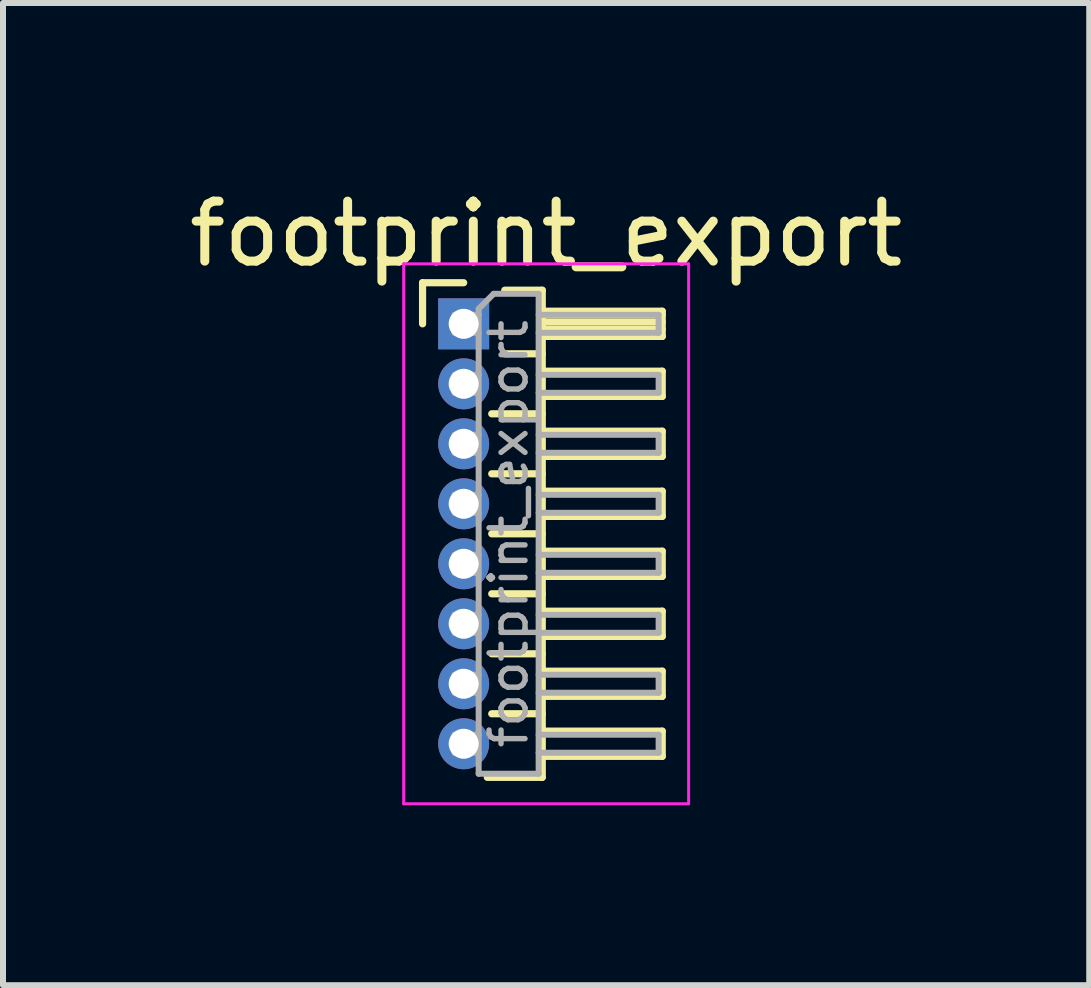
<source format=kicad_pcb>
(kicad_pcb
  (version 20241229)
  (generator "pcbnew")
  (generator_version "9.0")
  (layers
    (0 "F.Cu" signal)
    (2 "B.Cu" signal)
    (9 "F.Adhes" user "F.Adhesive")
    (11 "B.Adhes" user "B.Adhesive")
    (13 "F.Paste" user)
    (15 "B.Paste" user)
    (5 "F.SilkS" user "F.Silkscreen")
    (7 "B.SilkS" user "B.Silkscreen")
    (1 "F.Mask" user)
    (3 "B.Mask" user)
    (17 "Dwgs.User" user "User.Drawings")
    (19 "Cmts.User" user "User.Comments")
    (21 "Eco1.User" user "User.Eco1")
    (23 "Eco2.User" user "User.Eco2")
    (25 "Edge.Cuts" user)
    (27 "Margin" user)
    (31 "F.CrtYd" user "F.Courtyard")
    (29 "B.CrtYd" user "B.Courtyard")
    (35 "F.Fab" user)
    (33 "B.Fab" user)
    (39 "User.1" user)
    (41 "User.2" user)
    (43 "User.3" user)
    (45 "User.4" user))
  (footprint "footprint_export"
    (layer "F.Cu")
    (at 4.679 2.348)
    (property "Reference" "footprint_export" (at 1.375 -1.5 0) (layer "F.SilkS") (effects (font (size 1 1) (thickness 0.15))))
    (attr through_hole)
    (fp_line (start -0.685 -0.685) (end 0 -0.685) (stroke (width 0.12) (type solid)) (layer "F.SilkS"))
    (fp_line (start -0.685 0) (end -0.685 -0.685) (stroke (width 0.12) (type solid)) (layer "F.SilkS"))
    (fp_line (start 0.468 1.5) (end 1.31 1.5) (stroke (width 0.12) (type solid)) (layer "F.SilkS"))
    (fp_line (start 0.468 2.5) (end 1.31 2.5) (stroke (width 0.12) (type solid)) (layer "F.SilkS"))
    (fp_line (start 0.468 3.5) (end 1.31 3.5) (stroke (width 0.12) (type solid)) (layer "F.SilkS"))
    (fp_line (start 0.468 4.5) (end 1.31 4.5) (stroke (width 0.12) (type solid)) (layer "F.SilkS"))
    (fp_line (start 0.468 5.5) (end 1.31 5.5) (stroke (width 0.12) (type solid)) (layer "F.SilkS"))
    (fp_line (start 0.468 6.5) (end 1.31 6.5) (stroke (width 0.12) (type solid)) (layer "F.SilkS"))
    (fp_line (start 0.685 -0.56) (end 1.31 -0.56) (stroke (width 0.12) (type solid)) (layer "F.SilkS"))
    (fp_line (start 0.685 0.5) (end 1.31 0.5) (stroke (width 0.12) (type solid)) (layer "F.SilkS"))
    (fp_line (start 1.31 -0.56) (end 1.31 7.56) (stroke (width 0.12) (type solid)) (layer "F.SilkS"))
    (fp_line (start 1.31 -0.21) (end 3.31 -0.21) (stroke (width 0.12) (type solid)) (layer "F.SilkS"))
    (fp_line (start 1.31 -0.15) (end 3.31 -0.15) (stroke (width 0.12) (type solid)) (layer "F.SilkS"))
    (fp_line (start 1.31 -0.03) (end 3.31 -0.03) (stroke (width 0.12) (type solid)) (layer "F.SilkS"))
    (fp_line (start 1.31 0.09) (end 3.31 0.09) (stroke (width 0.12) (type solid)) (layer "F.SilkS"))
    (fp_line (start 1.31 0.79) (end 3.31 0.79) (stroke (width 0.12) (type solid)) (layer "F.SilkS"))
    (fp_line (start 1.31 1.79) (end 3.31 1.79) (stroke (width 0.12) (type solid)) (layer "F.SilkS"))
    (fp_line (start 1.31 2.79) (end 3.31 2.79) (stroke (width 0.12) (type solid)) (layer "F.SilkS"))
    (fp_line (start 1.31 3.79) (end 3.31 3.79) (stroke (width 0.12) (type solid)) (layer "F.SilkS"))
    (fp_line (start 1.31 4.79) (end 3.31 4.79) (stroke (width 0.12) (type solid)) (layer "F.SilkS"))
    (fp_line (start 1.31 5.79) (end 3.31 5.79) (stroke (width 0.12) (type solid)) (layer "F.SilkS"))
    (fp_line (start 1.31 6.79) (end 3.31 6.79) (stroke (width 0.12) (type solid)) (layer "F.SilkS"))
    (fp_line (start 1.31 7.56) (end 0.394 7.56) (stroke (width 0.12) (type solid)) (layer "F.SilkS"))
    (fp_line (start 3.31 -0.21) (end 3.31 0.21) (stroke (width 0.12) (type solid)) (layer "F.SilkS"))
    (fp_line (start 3.31 0.21) (end 1.31 0.21) (stroke (width 0.12) (type solid)) (layer "F.SilkS"))
    (fp_line (start 3.31 0.79) (end 3.31 1.21) (stroke (width 0.12) (type solid)) (layer "F.SilkS"))
    (fp_line (start 3.31 1.21) (end 1.31 1.21) (stroke (width 0.12) (type solid)) (layer "F.SilkS"))
    (fp_line (start 3.31 1.79) (end 3.31 2.21) (stroke (width 0.12) (type solid)) (layer "F.SilkS"))
    (fp_line (start 3.31 2.21) (end 1.31 2.21) (stroke (width 0.12) (type solid)) (layer "F.SilkS"))
    (fp_line (start 3.31 2.79) (end 3.31 3.21) (stroke (width 0.12) (type solid)) (layer "F.SilkS"))
    (fp_line (start 3.31 3.21) (end 1.31 3.21) (stroke (width 0.12) (type solid)) (layer "F.SilkS"))
    (fp_line (start 3.31 3.79) (end 3.31 4.21) (stroke (width 0.12) (type solid)) (layer "F.SilkS"))
    (fp_line (start 3.31 4.21) (end 1.31 4.21) (stroke (width 0.12) (type solid)) (layer "F.SilkS"))
    (fp_line (start 3.31 4.79) (end 3.31 5.21) (stroke (width 0.12) (type solid)) (layer "F.SilkS"))
    (fp_line (start 3.31 5.21) (end 1.31 5.21) (stroke (width 0.12) (type solid)) (layer "F.SilkS"))
    (fp_line (start 3.31 5.79) (end 3.31 6.21) (stroke (width 0.12) (type solid)) (layer "F.SilkS"))
    (fp_line (start 3.31 6.21) (end 1.31 6.21) (stroke (width 0.12) (type solid)) (layer "F.SilkS"))
    (fp_line (start 3.31 6.79) (end 3.31 7.21) (stroke (width 0.12) (type solid)) (layer "F.SilkS"))
    (fp_line (start 3.31 7.21) (end 1.31 7.21) (stroke (width 0.12) (type solid)) (layer "F.SilkS"))
    (fp_line (start -1 -1) (end -1 8) (stroke (width 0.05) (type solid)) (layer "F.CrtYd"))
    (fp_line (start -1 8) (end 3.75 8) (stroke (width 0.05) (type solid)) (layer "F.CrtYd"))
    (fp_line (start 3.75 -1) (end -1 -1) (stroke (width 0.05) (type solid)) (layer "F.CrtYd"))
    (fp_line (start 3.75 8) (end 3.75 -1) (stroke (width 0.05) (type solid)) (layer "F.CrtYd"))
    (fp_line (start -0.15 -0.15) (end -0.15 0.15) (stroke (width 0.1) (type solid)) (layer "F.Fab"))
    (fp_line (start -0.15 -0.15) (end 0.25 -0.15) (stroke (width 0.1) (type solid)) (layer "F.Fab"))
    (fp_line (start -0.15 0.15) (end 0.25 0.15) (stroke (width 0.1) (type solid)) (layer "F.Fab"))
    (fp_line (start -0.15 0.85) (end -0.15 1.15) (stroke (width 0.1) (type solid)) (layer "F.Fab"))
    (fp_line (start -0.15 0.85) (end 0.25 0.85) (stroke (width 0.1) (type solid)) (layer "F.Fab"))
    (fp_line (start -0.15 1.15) (end 0.25 1.15) (stroke (width 0.1) (type solid)) (layer "F.Fab"))
    (fp_line (start -0.15 1.85) (end -0.15 2.15) (stroke (width 0.1) (type solid)) (layer "F.Fab"))
    (fp_line (start -0.15 1.85) (end 0.25 1.85) (stroke (width 0.1) (type solid)) (layer "F.Fab"))
    (fp_line (start -0.15 2.15) (end 0.25 2.15) (stroke (width 0.1) (type solid)) (layer "F.Fab"))
    (fp_line (start -0.15 2.85) (end -0.15 3.15) (stroke (width 0.1) (type solid)) (layer "F.Fab"))
    (fp_line (start -0.15 2.85) (end 0.25 2.85) (stroke (width 0.1) (type solid)) (layer "F.Fab"))
    (fp_line (start -0.15 3.15) (end 0.25 3.15) (stroke (width 0.1) (type solid)) (layer "F.Fab"))
    (fp_line (start -0.15 3.85) (end -0.15 4.15) (stroke (width 0.1) (type solid)) (layer "F.Fab"))
    (fp_line (start -0.15 3.85) (end 0.25 3.85) (stroke (width 0.1) (type solid)) (layer "F.Fab"))
    (fp_line (start -0.15 4.15) (end 0.25 4.15) (stroke (width 0.1) (type solid)) (layer "F.Fab"))
    (fp_line (start -0.15 4.85) (end -0.15 5.15) (stroke (width 0.1) (type solid)) (layer "F.Fab"))
    (fp_line (start -0.15 4.85) (end 0.25 4.85) (stroke (width 0.1) (type solid)) (layer "F.Fab"))
    (fp_line (start -0.15 5.15) (end 0.25 5.15) (stroke (width 0.1) (type solid)) (layer "F.Fab"))
    (fp_line (start -0.15 5.85) (end -0.15 6.15) (stroke (width 0.1) (type solid)) (layer "F.Fab"))
    (fp_line (start -0.15 5.85) (end 0.25 5.85) (stroke (width 0.1) (type solid)) (layer "F.Fab"))
    (fp_line (start -0.15 6.15) (end 0.25 6.15) (stroke (width 0.1) (type solid)) (layer "F.Fab"))
    (fp_line (start -0.15 6.85) (end -0.15 7.15) (stroke (width 0.1) (type solid)) (layer "F.Fab"))
    (fp_line (start -0.15 6.85) (end 0.25 6.85) (stroke (width 0.1) (type solid)) (layer "F.Fab"))
    (fp_line (start -0.15 7.15) (end 0.25 7.15) (stroke (width 0.1) (type solid)) (layer "F.Fab"))
    (fp_line (start 0.25 -0.25) (end 0.5 -0.5) (stroke (width 0.1) (type solid)) (layer "F.Fab"))
    (fp_line (start 0.25 7.5) (end 0.25 -0.25) (stroke (width 0.1) (type solid)) (layer "F.Fab"))
    (fp_line (start 0.5 -0.5) (end 1.25 -0.5) (stroke (width 0.1) (type solid)) (layer "F.Fab"))
    (fp_line (start 1.25 -0.5) (end 1.25 7.5) (stroke (width 0.1) (type solid)) (layer "F.Fab"))
    (fp_line (start 1.25 -0.15) (end 3.25 -0.15) (stroke (width 0.1) (type solid)) (layer "F.Fab"))
    (fp_line (start 1.25 0.15) (end 3.25 0.15) (stroke (width 0.1) (type solid)) (layer "F.Fab"))
    (fp_line (start 1.25 0.85) (end 3.25 0.85) (stroke (width 0.1) (type solid)) (layer "F.Fab"))
    (fp_line (start 1.25 1.15) (end 3.25 1.15) (stroke (width 0.1) (type solid)) (layer "F.Fab"))
    (fp_line (start 1.25 1.85) (end 3.25 1.85) (stroke (width 0.1) (type solid)) (layer "F.Fab"))
    (fp_line (start 1.25 2.15) (end 3.25 2.15) (stroke (width 0.1) (type solid)) (layer "F.Fab"))
    (fp_line (start 1.25 2.85) (end 3.25 2.85) (stroke (width 0.1) (type solid)) (layer "F.Fab"))
    (fp_line (start 1.25 3.15) (end 3.25 3.15) (stroke (width 0.1) (type solid)) (layer "F.Fab"))
    (fp_line (start 1.25 3.85) (end 3.25 3.85) (stroke (width 0.1) (type solid)) (layer "F.Fab"))
    (fp_line (start 1.25 4.15) (end 3.25 4.15) (stroke (width 0.1) (type solid)) (layer "F.Fab"))
    (fp_line (start 1.25 4.85) (end 3.25 4.85) (stroke (width 0.1) (type solid)) (layer "F.Fab"))
    (fp_line (start 1.25 5.15) (end 3.25 5.15) (stroke (width 0.1) (type solid)) (layer "F.Fab"))
    (fp_line (start 1.25 5.85) (end 3.25 5.85) (stroke (width 0.1) (type solid)) (layer "F.Fab"))
    (fp_line (start 1.25 6.15) (end 3.25 6.15) (stroke (width 0.1) (type solid)) (layer "F.Fab"))
    (fp_line (start 1.25 6.85) (end 3.25 6.85) (stroke (width 0.1) (type solid)) (layer "F.Fab"))
    (fp_line (start 1.25 7.15) (end 3.25 7.15) (stroke (width 0.1) (type solid)) (layer "F.Fab"))
    (fp_line (start 1.25 7.5) (end 0.25 7.5) (stroke (width 0.1) (type solid)) (layer "F.Fab"))
    (fp_line (start 3.25 -0.15) (end 3.25 0.15) (stroke (width 0.1) (type solid)) (layer "F.Fab"))
    (fp_line (start 3.25 0.85) (end 3.25 1.15) (stroke (width 0.1) (type solid)) (layer "F.Fab"))
    (fp_line (start 3.25 1.85) (end 3.25 2.15) (stroke (width 0.1) (type solid)) (layer "F.Fab"))
    (fp_line (start 3.25 2.85) (end 3.25 3.15) (stroke (width 0.1) (type solid)) (layer "F.Fab"))
    (fp_line (start 3.25 3.85) (end 3.25 4.15) (stroke (width 0.1) (type solid)) (layer "F.Fab"))
    (fp_line (start 3.25 4.85) (end 3.25 5.15) (stroke (width 0.1) (type solid)) (layer "F.Fab"))
    (fp_line (start 3.25 5.85) (end 3.25 6.15) (stroke (width 0.1) (type solid)) (layer "F.Fab"))
    (fp_line (start 3.25 6.85) (end 3.25 7.15) (stroke (width 0.1) (type solid)) (layer "F.Fab"))
    (fp_text user "${REFERENCE}" (at 0.75 3.5 90) (layer "F.Fab") (effects (font (size 0.6 0.6) (thickness 0.09))))
    (pad "1" thru_hole rect (at 0 0) (size 0.85 0.85) (drill 0.5) (layers "*.Cu" "*.Mask"))
    (pad "2" thru_hole oval (at 0 1) (size 0.85 0.85) (drill 0.5) (layers "*.Cu" "*.Mask"))
    (pad "3" thru_hole oval (at 0 2) (size 0.85 0.85) (drill 0.5) (layers "*.Cu" "*.Mask"))
    (pad "4" thru_hole oval (at 0 3) (size 0.85 0.85) (drill 0.5) (layers "*.Cu" "*.Mask"))
    (pad "5" thru_hole oval (at 0 4) (size 0.85 0.85) (drill 0.5) (layers "*.Cu" "*.Mask"))
    (pad "6" thru_hole oval (at 0 5) (size 0.85 0.85) (drill 0.5) (layers "*.Cu" "*.Mask"))
    (pad "7" thru_hole oval (at 0 6) (size 0.85 0.85) (drill 0.5) (layers "*.Cu" "*.Mask"))
    (pad "8" thru_hole oval (at 0 7) (size 0.85 0.85) (drill 0.5) (layers "*.Cu" "*.Mask")))
  (gr_rect
    (start -3 -3)
    (end 15.107 13.373)
    (stroke (width 0.1) (type default))
    (fill no)
    (layer "Edge.Cuts")))
</source>
